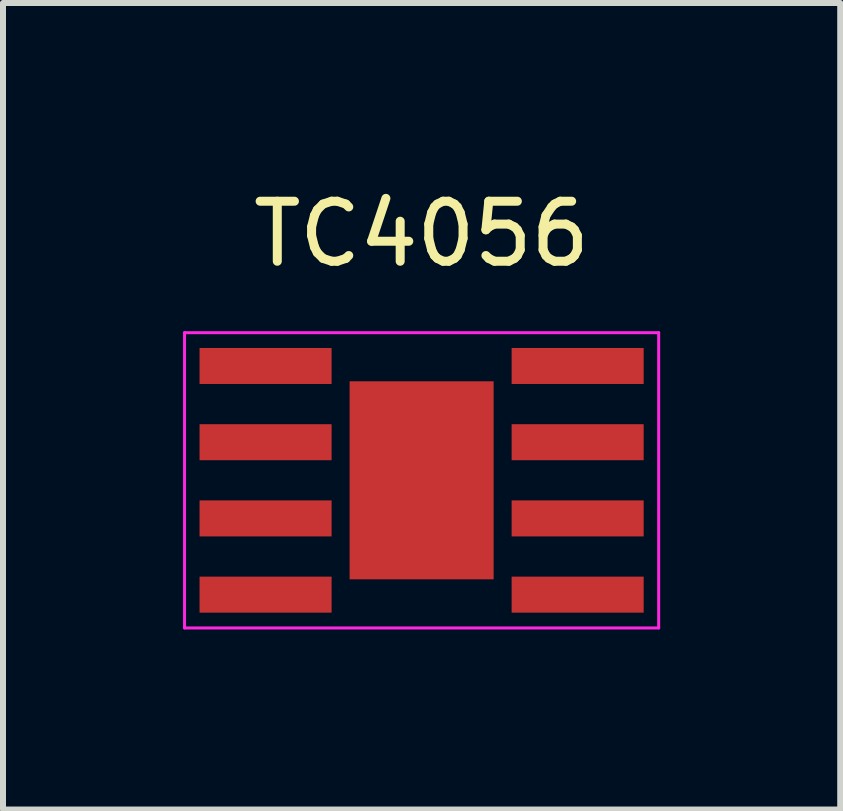
<source format=kicad_pcb>
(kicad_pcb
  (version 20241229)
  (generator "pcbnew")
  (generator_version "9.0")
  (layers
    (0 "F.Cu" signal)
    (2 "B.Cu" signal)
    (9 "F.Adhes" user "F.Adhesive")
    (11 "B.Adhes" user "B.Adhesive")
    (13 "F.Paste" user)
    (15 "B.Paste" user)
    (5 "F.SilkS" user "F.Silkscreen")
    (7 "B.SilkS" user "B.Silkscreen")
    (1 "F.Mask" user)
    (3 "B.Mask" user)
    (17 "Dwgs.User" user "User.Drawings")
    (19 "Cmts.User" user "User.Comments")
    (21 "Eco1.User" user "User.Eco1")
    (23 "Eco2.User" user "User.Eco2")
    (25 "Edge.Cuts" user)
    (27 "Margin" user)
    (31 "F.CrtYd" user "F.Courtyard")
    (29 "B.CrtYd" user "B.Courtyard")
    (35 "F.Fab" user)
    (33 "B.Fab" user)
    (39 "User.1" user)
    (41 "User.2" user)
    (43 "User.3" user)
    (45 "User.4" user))
  (footprint "TC4056"
    (layer "F.Cu")
    (at 3.975 4.953)
    (property "Reference" "TC4056" (at 0 -4.105 0) (layer "F.SilkS") (effects (font (size 1 1) (thickness 0.15))))
    (attr smd)
    (fp_line (start -3.95 -2.46) (end 3.95 -2.46) (stroke (width 0.05) (type solid)) (layer "F.CrtYd"))
    (fp_line (start -3.95 2.46) (end -3.95 -2.46) (stroke (width 0.05) (type solid)) (layer "F.CrtYd"))
    (fp_line (start 3.95 -2.46) (end 3.95 2.46) (stroke (width 0.05) (type solid)) (layer "F.CrtYd"))
    (fp_line (start 3.95 2.46) (end -3.95 2.46) (stroke (width 0.05) (type solid)) (layer "F.CrtYd"))
    (pad "1" smd rect (at -2.6 -1.905 270) (size 0.6 2.2) (layers "F.Cu" "F.Mask" "F.Paste"))
    (pad "2" smd rect (at -2.6 -0.635 270) (size 0.6 2.2) (layers "F.Cu" "F.Mask" "F.Paste"))
    (pad "3" smd rect (at -2.6 0.635 270) (size 0.6 2.2) (layers "F.Cu" "F.Mask" "F.Paste"))
    (pad "4" smd rect (at -2.6 1.905 270) (size 0.6 2.2) (layers "F.Cu" "F.Mask" "F.Paste"))
    (pad "5" smd rect (at 2.6 1.905 270) (size 0.6 2.2) (layers "F.Cu" "F.Mask" "F.Paste"))
    (pad "6" smd rect (at 2.6 0.635 270) (size 0.6 2.2) (layers "F.Cu" "F.Mask" "F.Paste"))
    (pad "7" smd rect (at 2.6 -0.635 270) (size 0.6 2.2) (layers "F.Cu" "F.Mask" "F.Paste"))
    (pad "8" smd rect (at 2.6 -1.905 270) (size 0.6 2.2) (layers "F.Cu" "F.Mask" "F.Paste"))
    (pad "9" smd rect (at 0 0) (size 2.4 3.3) (layers "F.Cu" "F.Mask" "F.Paste")))
  (gr_rect
    (start -3 -3)
    (end 10.95 10.438)
    (stroke (width 0.1) (type default))
    (fill no)
    (layer "Edge.Cuts")))
</source>
